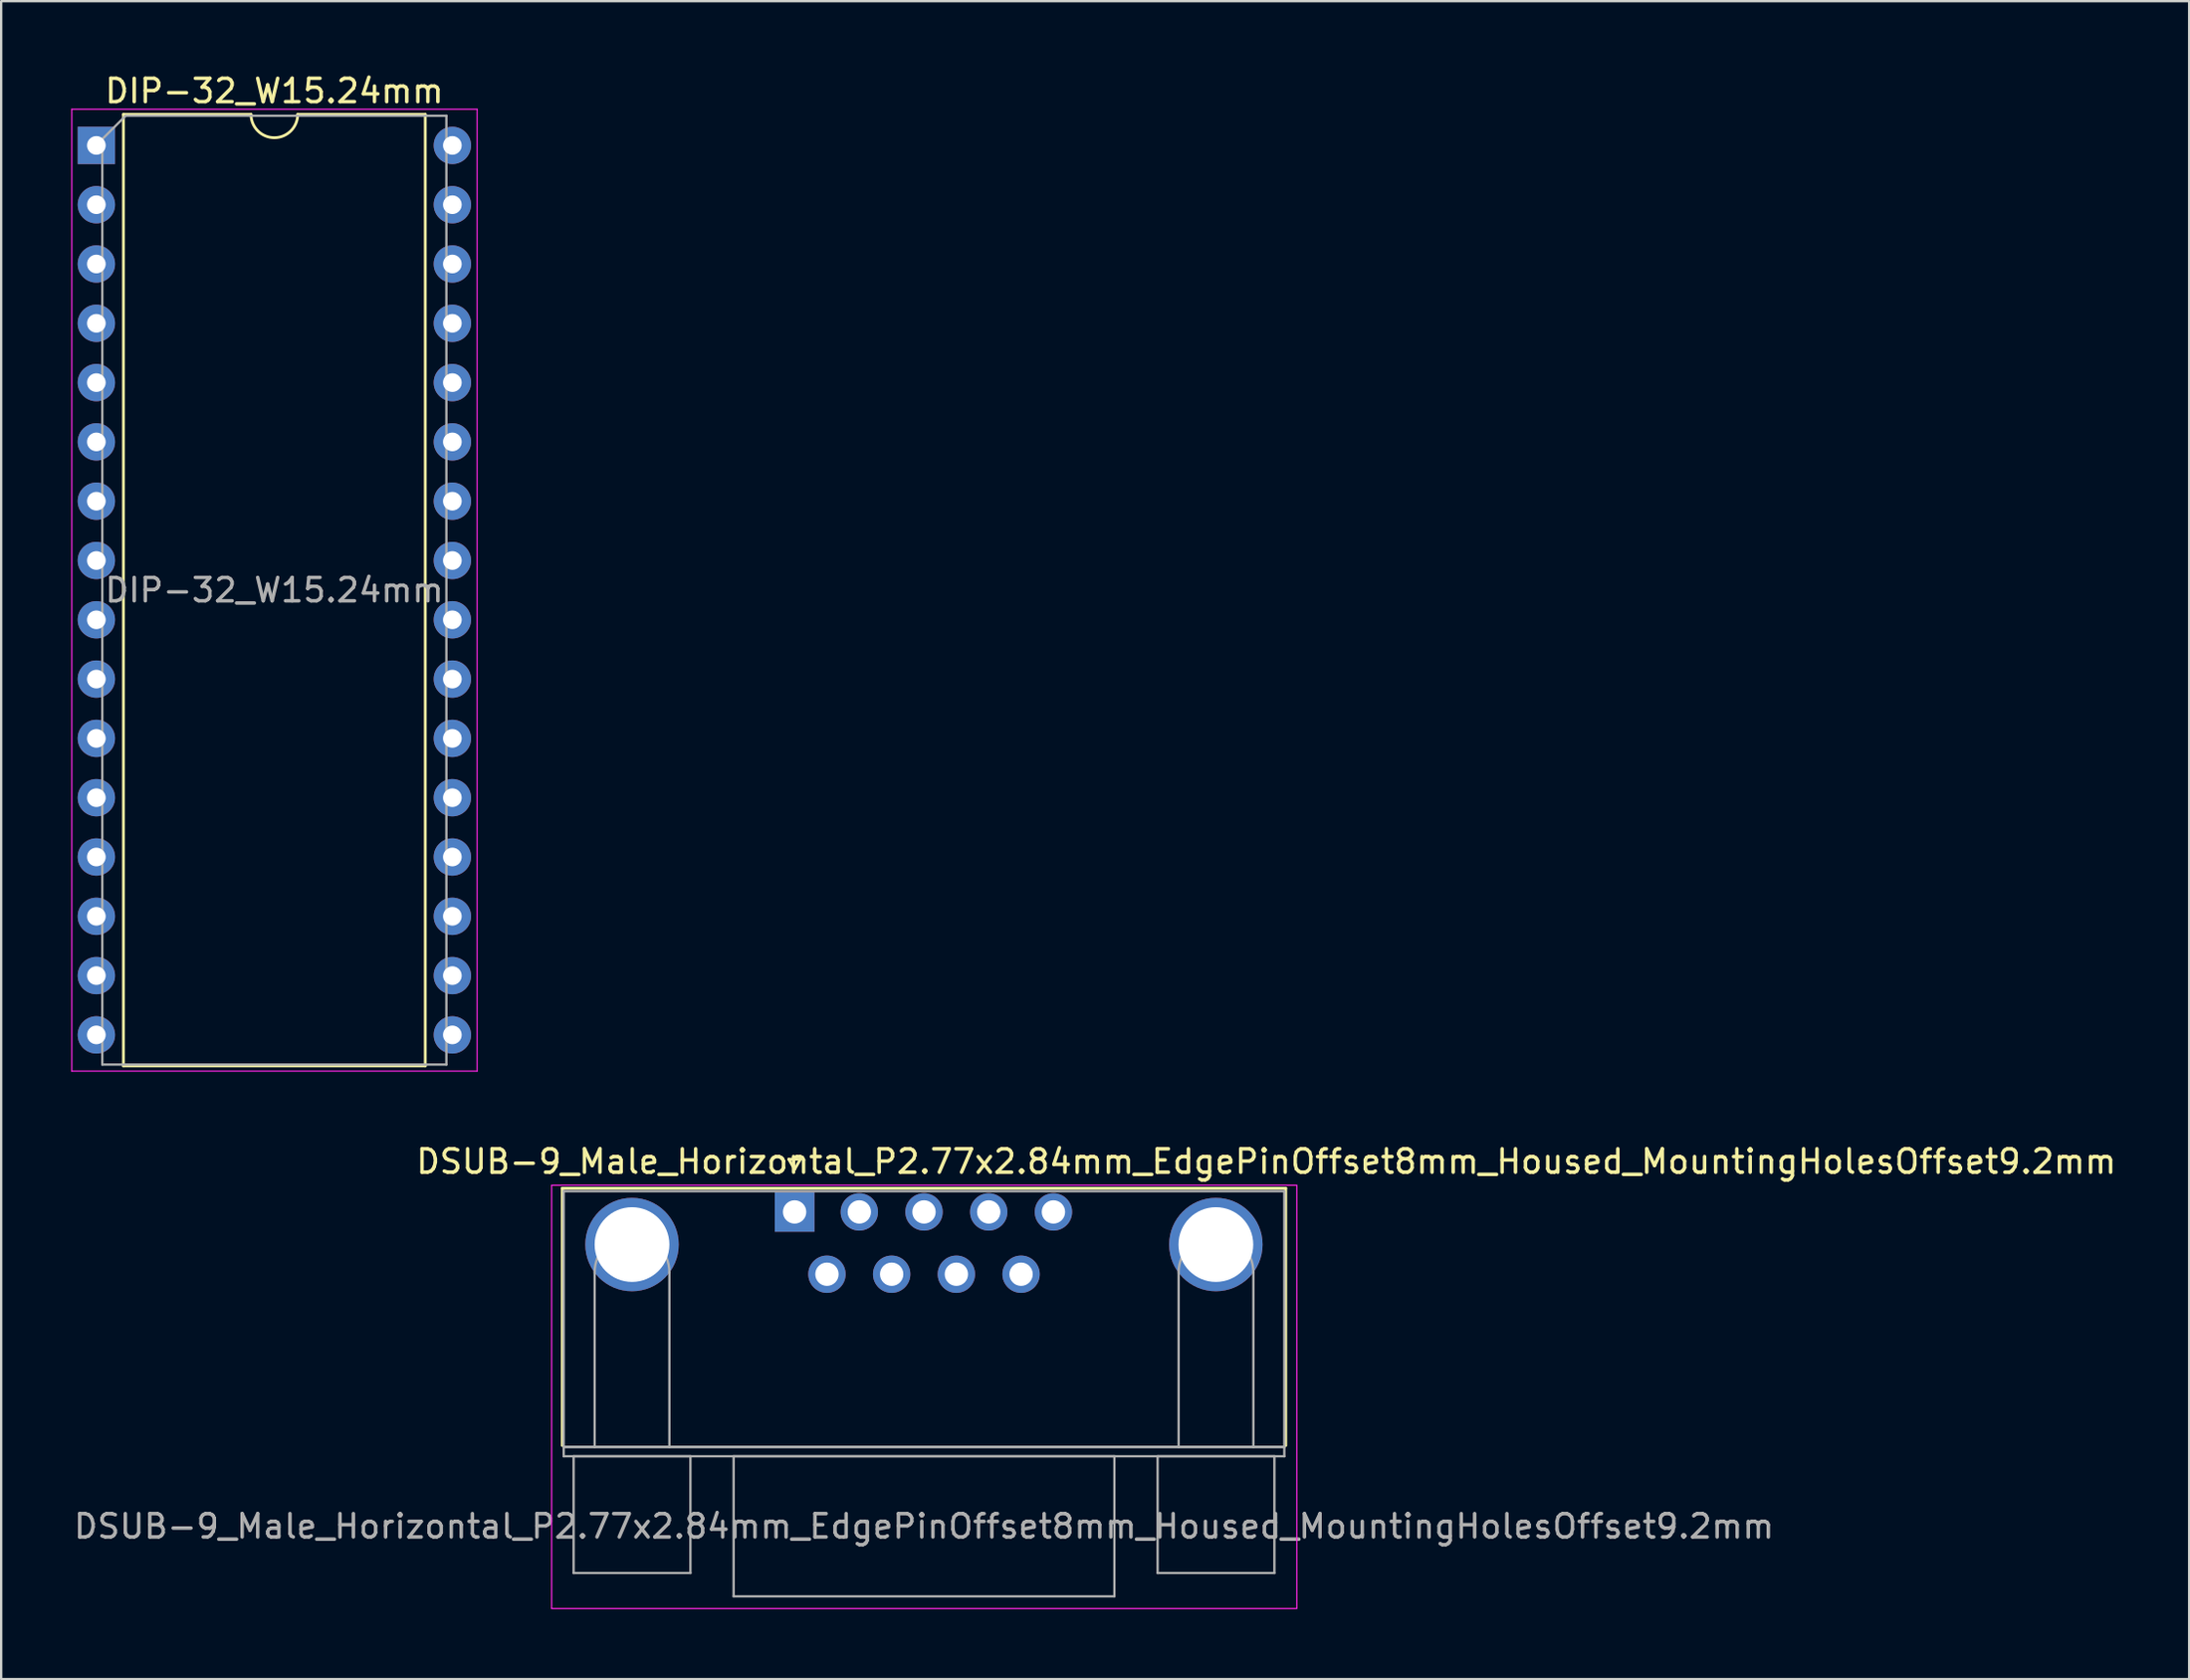
<source format=kicad_pcb>
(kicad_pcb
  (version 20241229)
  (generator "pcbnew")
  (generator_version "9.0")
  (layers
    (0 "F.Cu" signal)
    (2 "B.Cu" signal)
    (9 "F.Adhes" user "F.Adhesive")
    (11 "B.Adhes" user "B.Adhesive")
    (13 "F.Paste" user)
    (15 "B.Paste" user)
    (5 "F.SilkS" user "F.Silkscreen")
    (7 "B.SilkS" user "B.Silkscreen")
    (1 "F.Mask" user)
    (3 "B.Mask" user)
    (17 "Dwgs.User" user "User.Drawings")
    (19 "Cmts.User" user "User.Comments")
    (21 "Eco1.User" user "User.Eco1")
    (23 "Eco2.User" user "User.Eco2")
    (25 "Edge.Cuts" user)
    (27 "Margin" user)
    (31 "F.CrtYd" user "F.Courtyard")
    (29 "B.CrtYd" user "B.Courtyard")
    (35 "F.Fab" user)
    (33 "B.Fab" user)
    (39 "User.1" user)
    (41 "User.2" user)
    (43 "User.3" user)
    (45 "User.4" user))
  (footprint "DIP-32_W15.24mm"
    (layer "F.Cu")
    (at 1.075 3.178)
    (property "Reference" "DIP-32_W15.24mm" (at 7.62 -2.33 0) (layer "F.SilkS") (effects (font (size 1 1) (thickness 0.15))))
    (attr through_hole)
    (fp_line (start 1.16 -1.33) (end 1.16 39.43) (stroke (width 0.12) (type solid)) (layer "F.SilkS"))
    (fp_line (start 1.16 39.43) (end 14.08 39.43) (stroke (width 0.12) (type solid)) (layer "F.SilkS"))
    (fp_line (start 6.62 -1.33) (end 1.16 -1.33) (stroke (width 0.12) (type solid)) (layer "F.SilkS"))
    (fp_line (start 14.08 -1.33) (end 8.62 -1.33) (stroke (width 0.12) (type solid)) (layer "F.SilkS"))
    (fp_line (start 14.08 39.43) (end 14.08 -1.33) (stroke (width 0.12) (type solid)) (layer "F.SilkS"))
    (fp_arc (start 8.62 -1.33) (mid 7.62 -0.33) (end 6.62 -1.33) (stroke (width 0.12) (type solid)) (layer "F.SilkS"))
    (fp_line (start -1.05 -1.55) (end -1.05 39.65) (stroke (width 0.05) (type solid)) (layer "F.CrtYd"))
    (fp_line (start -1.05 39.65) (end 16.3 39.65) (stroke (width 0.05) (type solid)) (layer "F.CrtYd"))
    (fp_line (start 16.3 -1.55) (end -1.05 -1.55) (stroke (width 0.05) (type solid)) (layer "F.CrtYd"))
    (fp_line (start 16.3 39.65) (end 16.3 -1.55) (stroke (width 0.05) (type solid)) (layer "F.CrtYd"))
    (fp_line (start 0.255 -0.27) (end 1.255 -1.27) (stroke (width 0.1) (type solid)) (layer "F.Fab"))
    (fp_line (start 0.255 39.37) (end 0.255 -0.27) (stroke (width 0.1) (type solid)) (layer "F.Fab"))
    (fp_line (start 1.255 -1.27) (end 14.985 -1.27) (stroke (width 0.1) (type solid)) (layer "F.Fab"))
    (fp_line (start 14.985 -1.27) (end 14.985 39.37) (stroke (width 0.1) (type solid)) (layer "F.Fab"))
    (fp_line (start 14.985 39.37) (end 0.255 39.37) (stroke (width 0.1) (type solid)) (layer "F.Fab"))
    (fp_text user "${REFERENCE}" (at 7.62 19.05 0) (layer "F.Fab") (effects (font (size 1 1) (thickness 0.15))))
    (pad "1" thru_hole rect (at 0 0) (size 1.6 1.6) (drill 0.8) (layers "*.Cu" "*.Mask"))
    (pad "2" thru_hole oval (at 0 2.54) (size 1.6 1.6) (drill 0.8) (layers "*.Cu" "*.Mask"))
    (pad "3" thru_hole oval (at 0 5.08) (size 1.6 1.6) (drill 0.8) (layers "*.Cu" "*.Mask"))
    (pad "4" thru_hole oval (at 0 7.62) (size 1.6 1.6) (drill 0.8) (layers "*.Cu" "*.Mask"))
    (pad "5" thru_hole oval (at 0 10.16) (size 1.6 1.6) (drill 0.8) (layers "*.Cu" "*.Mask"))
    (pad "6" thru_hole oval (at 0 12.7) (size 1.6 1.6) (drill 0.8) (layers "*.Cu" "*.Mask"))
    (pad "7" thru_hole oval (at 0 15.24) (size 1.6 1.6) (drill 0.8) (layers "*.Cu" "*.Mask"))
    (pad "8" thru_hole oval (at 0 17.78) (size 1.6 1.6) (drill 0.8) (layers "*.Cu" "*.Mask"))
    (pad "9" thru_hole oval (at 0 20.32) (size 1.6 1.6) (drill 0.8) (layers "*.Cu" "*.Mask"))
    (pad "10" thru_hole oval (at 0 22.86) (size 1.6 1.6) (drill 0.8) (layers "*.Cu" "*.Mask"))
    (pad "11" thru_hole oval (at 0 25.4) (size 1.6 1.6) (drill 0.8) (layers "*.Cu" "*.Mask"))
    (pad "12" thru_hole oval (at 0 27.94) (size 1.6 1.6) (drill 0.8) (layers "*.Cu" "*.Mask"))
    (pad "13" thru_hole oval (at 0 30.48) (size 1.6 1.6) (drill 0.8) (layers "*.Cu" "*.Mask"))
    (pad "14" thru_hole oval (at 0 33.02) (size 1.6 1.6) (drill 0.8) (layers "*.Cu" "*.Mask"))
    (pad "15" thru_hole oval (at 0 35.56) (size 1.6 1.6) (drill 0.8) (layers "*.Cu" "*.Mask"))
    (pad "16" thru_hole oval (at 0 38.1) (size 1.6 1.6) (drill 0.8) (layers "*.Cu" "*.Mask"))
    (pad "17" thru_hole oval (at 15.24 38.1) (size 1.6 1.6) (drill 0.8) (layers "*.Cu" "*.Mask"))
    (pad "18" thru_hole oval (at 15.24 35.56) (size 1.6 1.6) (drill 0.8) (layers "*.Cu" "*.Mask"))
    (pad "19" thru_hole oval (at 15.24 33.02) (size 1.6 1.6) (drill 0.8) (layers "*.Cu" "*.Mask"))
    (pad "20" thru_hole oval (at 15.24 30.48) (size 1.6 1.6) (drill 0.8) (layers "*.Cu" "*.Mask"))
    (pad "21" thru_hole oval (at 15.24 27.94) (size 1.6 1.6) (drill 0.8) (layers "*.Cu" "*.Mask"))
    (pad "22" thru_hole oval (at 15.24 25.4) (size 1.6 1.6) (drill 0.8) (layers "*.Cu" "*.Mask"))
    (pad "23" thru_hole oval (at 15.24 22.86) (size 1.6 1.6) (drill 0.8) (layers "*.Cu" "*.Mask"))
    (pad "24" thru_hole oval (at 15.24 20.32) (size 1.6 1.6) (drill 0.8) (layers "*.Cu" "*.Mask"))
    (pad "25" thru_hole oval (at 15.24 17.78) (size 1.6 1.6) (drill 0.8) (layers "*.Cu" "*.Mask"))
    (pad "26" thru_hole oval (at 15.24 15.24) (size 1.6 1.6) (drill 0.8) (layers "*.Cu" "*.Mask"))
    (pad "27" thru_hole oval (at 15.24 12.7) (size 1.6 1.6) (drill 0.8) (layers "*.Cu" "*.Mask"))
    (pad "28" thru_hole oval (at 15.24 10.16) (size 1.6 1.6) (drill 0.8) (layers "*.Cu" "*.Mask"))
    (pad "29" thru_hole oval (at 15.24 7.62) (size 1.6 1.6) (drill 0.8) (layers "*.Cu" "*.Mask"))
    (pad "30" thru_hole oval (at 15.24 5.08) (size 1.6 1.6) (drill 0.8) (layers "*.Cu" "*.Mask"))
    (pad "31" thru_hole oval (at 15.24 2.54) (size 1.6 1.6) (drill 0.8) (layers "*.Cu" "*.Mask"))
    (pad "32" thru_hole oval (at 15.24 0) (size 1.6 1.6) (drill 0.8) (layers "*.Cu" "*.Mask")))
  (footprint "DSUB-9_Male_Horizontal_P2.77x2.84mm_EdgePinOffset8mm_Housed_MountingHolesOffset9.2mm"
    (layer "F.Cu")
    (at 30.966 51.147)
    (property "Reference" "DSUB-9_Male_Horizontal_P2.77x2.84mm_EdgePinOffset8mm_Housed_MountingHolesOffset9.2mm" (at 20.193 -4.445 180) (layer "F.SilkS") (effects (font (size 1 1) (thickness 0.15))))
    (attr through_hole)
    (fp_line (start -9.945 -3.302) (end 21.025 -3.302) (stroke (width 0.12) (type solid)) (layer "F.SilkS"))
    (fp_line (start -9.945 7.72) (end -9.945 -3.302) (stroke (width 0.12) (type solid)) (layer "F.SilkS"))
    (fp_line (start -0.25 -4.543) (end 0.25 -4.543) (stroke (width 0.12) (type solid)) (layer "F.SilkS"))
    (fp_line (start 0 -4.11) (end -0.25 -4.543) (stroke (width 0.12) (type solid)) (layer "F.SilkS"))
    (fp_line (start 0.25 -4.543) (end 0 -4.11) (stroke (width 0.12) (type solid)) (layer "F.SilkS"))
    (fp_line (start 21.025 -3.302) (end 21.025 7.72) (stroke (width 0.12) (type solid)) (layer "F.SilkS"))
    (fp_line (start -10.4 -3.429) (end -10.4 14.7) (stroke (width 0.05) (type solid)) (layer "F.CrtYd"))
    (fp_line (start -10.4 14.7) (end 21.5 14.7) (stroke (width 0.05) (type solid)) (layer "F.CrtYd"))
    (fp_line (start 21.5 -3.429) (end -10.4 -3.429) (stroke (width 0.05) (type solid)) (layer "F.CrtYd"))
    (fp_line (start 21.5 14.7) (end 21.5 -3.429) (stroke (width 0.05) (type solid)) (layer "F.CrtYd"))
    (fp_line (start -9.885 -3.175) (end -9.885 7.78) (stroke (width 0.1) (type solid)) (layer "F.Fab"))
    (fp_line (start -9.885 7.78) (end -9.885 8.18) (stroke (width 0.1) (type solid)) (layer "F.Fab"))
    (fp_line (start -9.885 7.78) (end 20.965 7.78) (stroke (width 0.1) (type solid)) (layer "F.Fab"))
    (fp_line (start -9.885 8.18) (end 20.965 8.18) (stroke (width 0.1) (type solid)) (layer "F.Fab"))
    (fp_line (start -9.46 8.18) (end -9.46 13.18) (stroke (width 0.1) (type solid)) (layer "F.Fab"))
    (fp_line (start -9.46 13.18) (end -4.46 13.18) (stroke (width 0.1) (type solid)) (layer "F.Fab"))
    (fp_line (start -8.56 7.78) (end -8.56 0.3) (stroke (width 0.1) (type solid)) (layer "F.Fab"))
    (fp_line (start -5.36 7.78) (end -5.36 0.3) (stroke (width 0.1) (type solid)) (layer "F.Fab"))
    (fp_line (start -4.46 8.18) (end -9.46 8.18) (stroke (width 0.1) (type solid)) (layer "F.Fab"))
    (fp_line (start -4.46 13.18) (end -4.46 8.18) (stroke (width 0.1) (type solid)) (layer "F.Fab"))
    (fp_line (start -2.61 8.18) (end -2.61 14.18) (stroke (width 0.1) (type solid)) (layer "F.Fab"))
    (fp_line (start -2.61 14.18) (end 13.69 14.18) (stroke (width 0.1) (type solid)) (layer "F.Fab"))
    (fp_line (start 13.69 8.18) (end -2.61 8.18) (stroke (width 0.1) (type solid)) (layer "F.Fab"))
    (fp_line (start 13.69 14.18) (end 13.69 8.18) (stroke (width 0.1) (type solid)) (layer "F.Fab"))
    (fp_line (start 15.54 8.18) (end 15.54 13.18) (stroke (width 0.1) (type solid)) (layer "F.Fab"))
    (fp_line (start 15.54 13.18) (end 20.54 13.18) (stroke (width 0.1) (type solid)) (layer "F.Fab"))
    (fp_line (start 16.44 7.78) (end 16.44 0.3) (stroke (width 0.1) (type solid)) (layer "F.Fab"))
    (fp_line (start 19.64 7.78) (end 19.64 0.3) (stroke (width 0.1) (type solid)) (layer "F.Fab"))
    (fp_line (start 20.54 8.18) (end 15.54 8.18) (stroke (width 0.1) (type solid)) (layer "F.Fab"))
    (fp_line (start 20.54 13.18) (end 20.54 8.18) (stroke (width 0.1) (type solid)) (layer "F.Fab"))
    (fp_line (start 20.955 -3.175) (end -9.895 -3.175) (stroke (width 0.1) (type solid)) (layer "F.Fab"))
    (fp_line (start 20.965 7.78) (end -9.885 7.78) (stroke (width 0.1) (type solid)) (layer "F.Fab"))
    (fp_line (start 20.965 7.78) (end 20.965 -3.175) (stroke (width 0.1) (type solid)) (layer "F.Fab"))
    (fp_line (start 20.965 8.18) (end 20.965 7.78) (stroke (width 0.1) (type solid)) (layer "F.Fab"))
    (fp_arc (start -8.56 0.3) (mid -6.96 -1.3) (end -5.36 0.3) (stroke (width 0.1) (type solid)) (layer "F.Fab"))
    (fp_arc (start 16.44 0.3) (mid 18.04 -1.3) (end 19.64 0.3) (stroke (width 0.1) (type solid)) (layer "F.Fab"))
    (fp_text user "${REFERENCE}" (at 5.54 11.18 180) (layer "F.Fab") (effects (font (size 1 1) (thickness 0.15))))
    (pad "0" thru_hole circle (at -6.96 -0.889) (size 4 4) (drill 3.2) (layers "*.Cu" "*.Mask"))
    (pad "0" thru_hole circle (at 18.034 -0.889) (size 4 4) (drill 3.2) (layers "*.Cu" "*.Mask"))
    (pad "1" thru_hole rect (at 0 -2.286) (size 1.7 1.7) (drill 1) (layers "*.Cu" "*.Mask"))
    (pad "2" thru_hole circle (at 2.77 -2.286) (size 1.6 1.6) (drill 1) (layers "*.Cu" "*.Mask"))
    (pad "3" thru_hole circle (at 5.54 -2.286) (size 1.6 1.6) (drill 1) (layers "*.Cu" "*.Mask"))
    (pad "4" thru_hole circle (at 8.31 -2.286) (size 1.6 1.6) (drill 1) (layers "*.Cu" "*.Mask"))
    (pad "5" thru_hole circle (at 11.08 -2.286) (size 1.6 1.6) (drill 1) (layers "*.Cu" "*.Mask"))
    (pad "6" thru_hole circle (at 1.385 0.381) (size 1.6 1.6) (drill 1) (layers "*.Cu" "*.Mask"))
    (pad "7" thru_hole circle (at 4.155 0.381) (size 1.6 1.6) (drill 1) (layers "*.Cu" "*.Mask"))
    (pad "8" thru_hole circle (at 6.925 0.381) (size 1.6 1.6) (drill 1) (layers "*.Cu" "*.Mask"))
    (pad "9" thru_hole circle (at 9.695 0.381) (size 1.6 1.6) (drill 1) (layers "*.Cu" "*.Mask")))
  (gr_rect
    (start -3 -3)
    (end 90.665 68.871)
    (stroke (width 0.1) (type default))
    (fill no)
    (layer "Edge.Cuts")))
</source>
